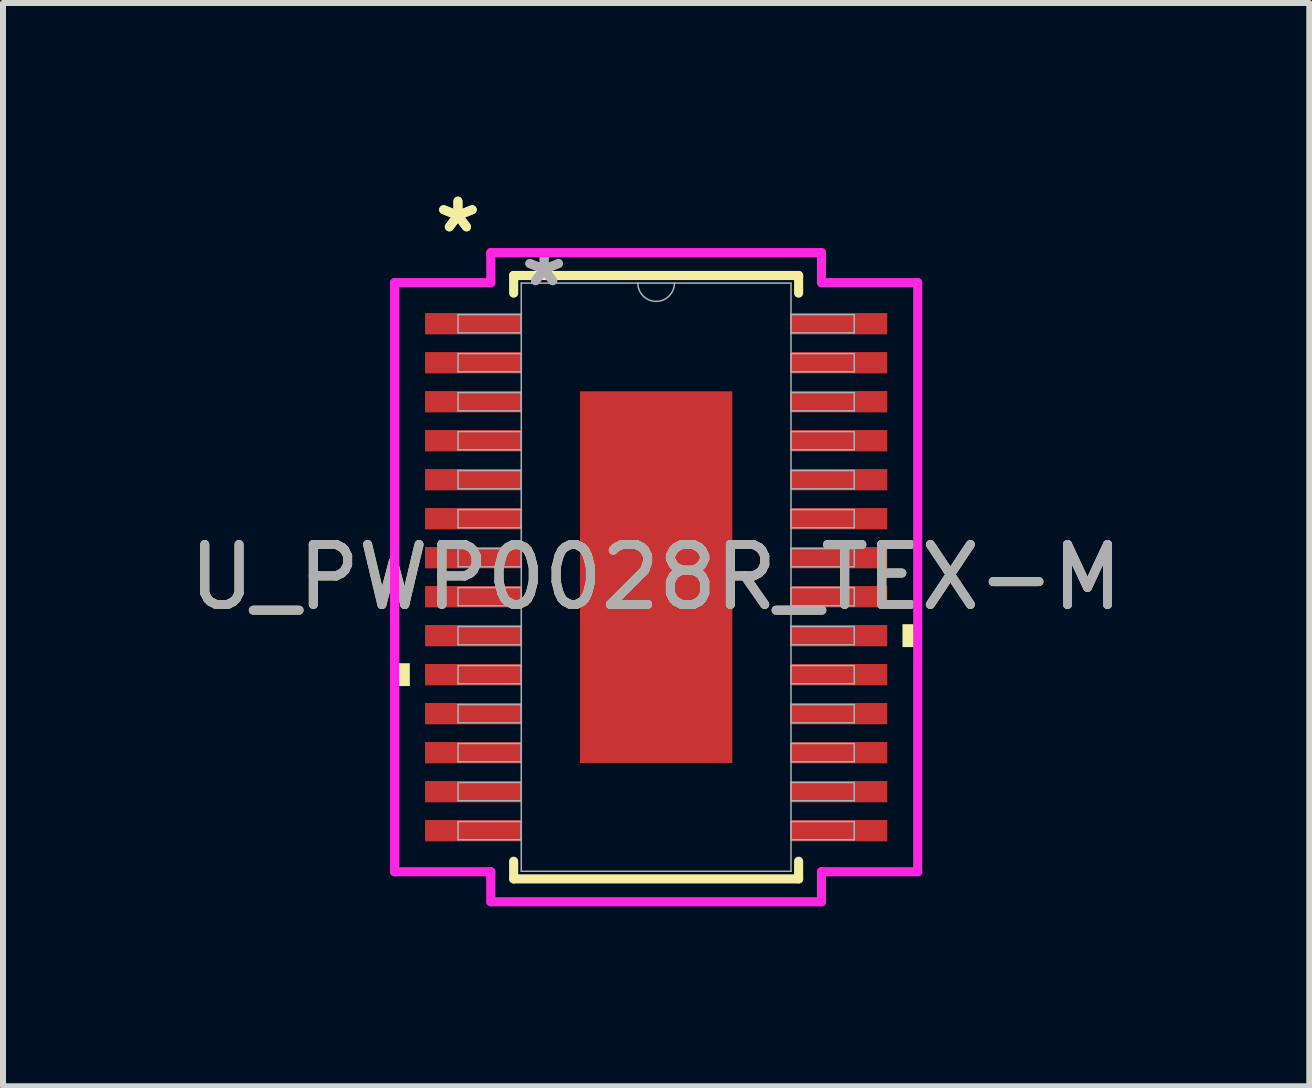
<source format=kicad_pcb>
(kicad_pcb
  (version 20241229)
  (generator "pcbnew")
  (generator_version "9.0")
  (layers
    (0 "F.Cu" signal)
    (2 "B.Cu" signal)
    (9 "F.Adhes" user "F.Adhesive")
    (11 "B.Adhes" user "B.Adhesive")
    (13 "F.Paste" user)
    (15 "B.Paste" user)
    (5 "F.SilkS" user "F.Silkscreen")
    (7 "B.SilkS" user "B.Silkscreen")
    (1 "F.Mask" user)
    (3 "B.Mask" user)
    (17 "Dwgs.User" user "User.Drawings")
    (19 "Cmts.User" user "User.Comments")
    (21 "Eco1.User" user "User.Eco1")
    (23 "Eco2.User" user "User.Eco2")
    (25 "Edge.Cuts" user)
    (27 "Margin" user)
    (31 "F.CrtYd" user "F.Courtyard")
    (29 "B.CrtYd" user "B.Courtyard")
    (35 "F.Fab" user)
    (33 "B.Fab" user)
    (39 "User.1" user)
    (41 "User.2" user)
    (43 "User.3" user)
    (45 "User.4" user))
  (footprint "U_PWP0028R_TEX-M"
    (layer "F.Cu")
    (at 7.887 6.571)
    (property "Reference" "U_PWP0028R_TEX-M" (at 0 0 0) (unlocked yes) (layer "F.SilkS") (effects (font (size 1 1) (thickness 0.15))))
    (attr smd)
    (fp_line (start -2.375 -5.029) (end -2.375 -4.735) (stroke (width 0.152) (type solid)) (layer "F.SilkS"))
    (fp_line (start -2.375 4.735) (end -2.375 5.029) (stroke (width 0.152) (type solid)) (layer "F.SilkS"))
    (fp_line (start -2.375 5.029) (end 2.375 5.029) (stroke (width 0.152) (type solid)) (layer "F.SilkS"))
    (fp_line (start 2.375 -5.029) (end -2.375 -5.029) (stroke (width 0.152) (type solid)) (layer "F.SilkS"))
    (fp_line (start 2.375 -4.735) (end 2.375 -5.029) (stroke (width 0.152) (type solid)) (layer "F.SilkS"))
    (fp_line (start 2.375 5.029) (end 2.375 4.735) (stroke (width 0.152) (type solid)) (layer "F.SilkS"))
    (fp_poly (pts (xy -4.36 1.434) (xy -4.36 1.815) (xy -4.106 1.815) (xy -4.106 1.434)) (stroke (width 0) (type solid)) (fill yes) (layer "F.SilkS"))
    (fp_poly (pts (xy 4.36 0.784) (xy 4.36 1.165) (xy 4.106 1.165) (xy 4.106 0.784)) (stroke (width 0) (type solid)) (fill yes) (layer "F.SilkS"))
    (fp_poly (pts (xy -1.17 -2.999) (xy -1.17 -1.649) (xy -0.1 -1.649) (xy -0.1 -2.999)) (stroke (width 0) (type solid)) (fill yes) (layer "F.Paste"))
    (fp_poly (pts (xy -1.17 -1.449) (xy -1.17 -0.1) (xy -0.1 -0.1) (xy -0.1 -1.449)) (stroke (width 0) (type solid)) (fill yes) (layer "F.Paste"))
    (fp_poly (pts (xy -1.17 0.1) (xy -1.17 1.449) (xy -0.1 1.449) (xy -0.1 0.1)) (stroke (width 0) (type solid)) (fill yes) (layer "F.Paste"))
    (fp_poly (pts (xy -1.17 1.649) (xy -1.17 2.999) (xy -0.1 2.999) (xy -0.1 1.649)) (stroke (width 0) (type solid)) (fill yes) (layer "F.Paste"))
    (fp_poly (pts (xy 0.1 -2.999) (xy 0.1 -1.649) (xy 1.17 -1.649) (xy 1.17 -2.999)) (stroke (width 0) (type solid)) (fill yes) (layer "F.Paste"))
    (fp_poly (pts (xy 0.1 -1.449) (xy 0.1 -0.1) (xy 1.17 -0.1) (xy 1.17 -1.449)) (stroke (width 0) (type solid)) (fill yes) (layer "F.Paste"))
    (fp_poly (pts (xy 0.1 0.1) (xy 0.1 1.449) (xy 1.17 1.449) (xy 1.17 0.1)) (stroke (width 0) (type solid)) (fill yes) (layer "F.Paste"))
    (fp_poly (pts (xy 0.1 1.649) (xy 0.1 2.999) (xy 1.17 2.999) (xy 1.17 1.649)) (stroke (width 0) (type solid)) (fill yes) (layer "F.Paste"))
    (fp_line (start -4.36 -4.91) (end -2.756 -4.91) (stroke (width 0.152) (type solid)) (layer "F.CrtYd"))
    (fp_line (start -4.36 4.91) (end -4.36 -4.91) (stroke (width 0.152) (type solid)) (layer "F.CrtYd"))
    (fp_line (start -4.36 4.91) (end -2.756 4.91) (stroke (width 0.152) (type solid)) (layer "F.CrtYd"))
    (fp_line (start -2.756 -5.41) (end 2.756 -5.41) (stroke (width 0.152) (type solid)) (layer "F.CrtYd"))
    (fp_line (start -2.756 -4.91) (end -2.756 -5.41) (stroke (width 0.152) (type solid)) (layer "F.CrtYd"))
    (fp_line (start -2.756 5.41) (end -2.756 4.91) (stroke (width 0.152) (type solid)) (layer "F.CrtYd"))
    (fp_line (start 2.756 -5.41) (end 2.756 -4.91) (stroke (width 0.152) (type solid)) (layer "F.CrtYd"))
    (fp_line (start 2.756 4.91) (end 2.756 5.41) (stroke (width 0.152) (type solid)) (layer "F.CrtYd"))
    (fp_line (start 2.756 5.41) (end -2.756 5.41) (stroke (width 0.152) (type solid)) (layer "F.CrtYd"))
    (fp_line (start 4.36 -4.91) (end 2.756 -4.91) (stroke (width 0.152) (type solid)) (layer "F.CrtYd"))
    (fp_line (start 4.36 -4.91) (end 4.36 4.91) (stroke (width 0.152) (type solid)) (layer "F.CrtYd"))
    (fp_line (start 4.36 4.91) (end 2.756 4.91) (stroke (width 0.152) (type solid)) (layer "F.CrtYd"))
    (fp_line (start -3.302 -4.377) (end -3.302 -4.073) (stroke (width 0.025) (type solid)) (layer "F.Fab"))
    (fp_line (start -3.302 -4.073) (end -2.248 -4.073) (stroke (width 0.025) (type solid)) (layer "F.Fab"))
    (fp_line (start -3.302 -3.727) (end -3.302 -3.423) (stroke (width 0.025) (type solid)) (layer "F.Fab"))
    (fp_line (start -3.302 -3.423) (end -2.248 -3.423) (stroke (width 0.025) (type solid)) (layer "F.Fab"))
    (fp_line (start -3.302 -3.077) (end -3.302 -2.773) (stroke (width 0.025) (type solid)) (layer "F.Fab"))
    (fp_line (start -3.302 -2.773) (end -2.248 -2.773) (stroke (width 0.025) (type solid)) (layer "F.Fab"))
    (fp_line (start -3.302 -2.427) (end -3.302 -2.123) (stroke (width 0.025) (type solid)) (layer "F.Fab"))
    (fp_line (start -3.302 -2.123) (end -2.248 -2.123) (stroke (width 0.025) (type solid)) (layer "F.Fab"))
    (fp_line (start -3.302 -1.777) (end -3.302 -1.473) (stroke (width 0.025) (type solid)) (layer "F.Fab"))
    (fp_line (start -3.302 -1.473) (end -2.248 -1.473) (stroke (width 0.025) (type solid)) (layer "F.Fab"))
    (fp_line (start -3.302 -1.127) (end -3.302 -0.823) (stroke (width 0.025) (type solid)) (layer "F.Fab"))
    (fp_line (start -3.302 -0.823) (end -2.248 -0.823) (stroke (width 0.025) (type solid)) (layer "F.Fab"))
    (fp_line (start -3.302 -0.477) (end -3.302 -0.173) (stroke (width 0.025) (type solid)) (layer "F.Fab"))
    (fp_line (start -3.302 -0.173) (end -2.248 -0.173) (stroke (width 0.025) (type solid)) (layer "F.Fab"))
    (fp_line (start -3.302 0.173) (end -3.302 0.477) (stroke (width 0.025) (type solid)) (layer "F.Fab"))
    (fp_line (start -3.302 0.477) (end -2.248 0.477) (stroke (width 0.025) (type solid)) (layer "F.Fab"))
    (fp_line (start -3.302 0.823) (end -3.302 1.127) (stroke (width 0.025) (type solid)) (layer "F.Fab"))
    (fp_line (start -3.302 1.127) (end -2.248 1.127) (stroke (width 0.025) (type solid)) (layer "F.Fab"))
    (fp_line (start -3.302 1.473) (end -3.302 1.777) (stroke (width 0.025) (type solid)) (layer "F.Fab"))
    (fp_line (start -3.302 1.777) (end -2.248 1.777) (stroke (width 0.025) (type solid)) (layer "F.Fab"))
    (fp_line (start -3.302 2.123) (end -3.302 2.427) (stroke (width 0.025) (type solid)) (layer "F.Fab"))
    (fp_line (start -3.302 2.427) (end -2.248 2.427) (stroke (width 0.025) (type solid)) (layer "F.Fab"))
    (fp_line (start -3.302 2.773) (end -3.302 3.077) (stroke (width 0.025) (type solid)) (layer "F.Fab"))
    (fp_line (start -3.302 3.077) (end -2.248 3.077) (stroke (width 0.025) (type solid)) (layer "F.Fab"))
    (fp_line (start -3.302 3.423) (end -3.302 3.727) (stroke (width 0.025) (type solid)) (layer "F.Fab"))
    (fp_line (start -3.302 3.727) (end -2.248 3.727) (stroke (width 0.025) (type solid)) (layer "F.Fab"))
    (fp_line (start -3.302 4.073) (end -3.302 4.377) (stroke (width 0.025) (type solid)) (layer "F.Fab"))
    (fp_line (start -3.302 4.377) (end -2.248 4.377) (stroke (width 0.025) (type solid)) (layer "F.Fab"))
    (fp_line (start -2.248 -4.902) (end -2.248 4.902) (stroke (width 0.025) (type solid)) (layer "F.Fab"))
    (fp_line (start -2.248 -4.377) (end -3.302 -4.377) (stroke (width 0.025) (type solid)) (layer "F.Fab"))
    (fp_line (start -2.248 -4.073) (end -2.248 -4.377) (stroke (width 0.025) (type solid)) (layer "F.Fab"))
    (fp_line (start -2.248 -3.727) (end -3.302 -3.727) (stroke (width 0.025) (type solid)) (layer "F.Fab"))
    (fp_line (start -2.248 -3.423) (end -2.248 -3.727) (stroke (width 0.025) (type solid)) (layer "F.Fab"))
    (fp_line (start -2.248 -3.077) (end -3.302 -3.077) (stroke (width 0.025) (type solid)) (layer "F.Fab"))
    (fp_line (start -2.248 -2.773) (end -2.248 -3.077) (stroke (width 0.025) (type solid)) (layer "F.Fab"))
    (fp_line (start -2.248 -2.427) (end -3.302 -2.427) (stroke (width 0.025) (type solid)) (layer "F.Fab"))
    (fp_line (start -2.248 -2.123) (end -2.248 -2.427) (stroke (width 0.025) (type solid)) (layer "F.Fab"))
    (fp_line (start -2.248 -1.777) (end -3.302 -1.777) (stroke (width 0.025) (type solid)) (layer "F.Fab"))
    (fp_line (start -2.248 -1.473) (end -2.248 -1.777) (stroke (width 0.025) (type solid)) (layer "F.Fab"))
    (fp_line (start -2.248 -1.127) (end -3.302 -1.127) (stroke (width 0.025) (type solid)) (layer "F.Fab"))
    (fp_line (start -2.248 -0.823) (end -2.248 -1.127) (stroke (width 0.025) (type solid)) (layer "F.Fab"))
    (fp_line (start -2.248 -0.477) (end -3.302 -0.477) (stroke (width 0.025) (type solid)) (layer "F.Fab"))
    (fp_line (start -2.248 -0.173) (end -2.248 -0.477) (stroke (width 0.025) (type solid)) (layer "F.Fab"))
    (fp_line (start -2.248 0.173) (end -3.302 0.173) (stroke (width 0.025) (type solid)) (layer "F.Fab"))
    (fp_line (start -2.248 0.477) (end -2.248 0.173) (stroke (width 0.025) (type solid)) (layer "F.Fab"))
    (fp_line (start -2.248 0.823) (end -3.302 0.823) (stroke (width 0.025) (type solid)) (layer "F.Fab"))
    (fp_line (start -2.248 1.127) (end -2.248 0.823) (stroke (width 0.025) (type solid)) (layer "F.Fab"))
    (fp_line (start -2.248 1.473) (end -3.302 1.473) (stroke (width 0.025) (type solid)) (layer "F.Fab"))
    (fp_line (start -2.248 1.777) (end -2.248 1.473) (stroke (width 0.025) (type solid)) (layer "F.Fab"))
    (fp_line (start -2.248 2.123) (end -3.302 2.123) (stroke (width 0.025) (type solid)) (layer "F.Fab"))
    (fp_line (start -2.248 2.427) (end -2.248 2.123) (stroke (width 0.025) (type solid)) (layer "F.Fab"))
    (fp_line (start -2.248 2.773) (end -3.302 2.773) (stroke (width 0.025) (type solid)) (layer "F.Fab"))
    (fp_line (start -2.248 3.077) (end -2.248 2.773) (stroke (width 0.025) (type solid)) (layer "F.Fab"))
    (fp_line (start -2.248 3.423) (end -3.302 3.423) (stroke (width 0.025) (type solid)) (layer "F.Fab"))
    (fp_line (start -2.248 3.727) (end -2.248 3.423) (stroke (width 0.025) (type solid)) (layer "F.Fab"))
    (fp_line (start -2.248 4.073) (end -3.302 4.073) (stroke (width 0.025) (type solid)) (layer "F.Fab"))
    (fp_line (start -2.248 4.377) (end -2.248 4.073) (stroke (width 0.025) (type solid)) (layer "F.Fab"))
    (fp_line (start -2.248 4.902) (end 2.248 4.902) (stroke (width 0.025) (type solid)) (layer "F.Fab"))
    (fp_line (start 2.248 -4.902) (end -2.248 -4.902) (stroke (width 0.025) (type solid)) (layer "F.Fab"))
    (fp_line (start 2.248 -4.377) (end 2.248 -4.073) (stroke (width 0.025) (type solid)) (layer "F.Fab"))
    (fp_line (start 2.248 -4.073) (end 3.302 -4.073) (stroke (width 0.025) (type solid)) (layer "F.Fab"))
    (fp_line (start 2.248 -3.727) (end 2.248 -3.423) (stroke (width 0.025) (type solid)) (layer "F.Fab"))
    (fp_line (start 2.248 -3.423) (end 3.302 -3.423) (stroke (width 0.025) (type solid)) (layer "F.Fab"))
    (fp_line (start 2.248 -3.077) (end 2.248 -2.773) (stroke (width 0.025) (type solid)) (layer "F.Fab"))
    (fp_line (start 2.248 -2.773) (end 3.302 -2.773) (stroke (width 0.025) (type solid)) (layer "F.Fab"))
    (fp_line (start 2.248 -2.427) (end 2.248 -2.123) (stroke (width 0.025) (type solid)) (layer "F.Fab"))
    (fp_line (start 2.248 -2.123) (end 3.302 -2.123) (stroke (width 0.025) (type solid)) (layer "F.Fab"))
    (fp_line (start 2.248 -1.777) (end 2.248 -1.473) (stroke (width 0.025) (type solid)) (layer "F.Fab"))
    (fp_line (start 2.248 -1.473) (end 3.302 -1.473) (stroke (width 0.025) (type solid)) (layer "F.Fab"))
    (fp_line (start 2.248 -1.127) (end 2.248 -0.823) (stroke (width 0.025) (type solid)) (layer "F.Fab"))
    (fp_line (start 2.248 -0.823) (end 3.302 -0.823) (stroke (width 0.025) (type solid)) (layer "F.Fab"))
    (fp_line (start 2.248 -0.477) (end 2.248 -0.173) (stroke (width 0.025) (type solid)) (layer "F.Fab"))
    (fp_line (start 2.248 -0.173) (end 3.302 -0.173) (stroke (width 0.025) (type solid)) (layer "F.Fab"))
    (fp_line (start 2.248 0.173) (end 2.248 0.477) (stroke (width 0.025) (type solid)) (layer "F.Fab"))
    (fp_line (start 2.248 0.477) (end 3.302 0.477) (stroke (width 0.025) (type solid)) (layer "F.Fab"))
    (fp_line (start 2.248 0.823) (end 2.248 1.127) (stroke (width 0.025) (type solid)) (layer "F.Fab"))
    (fp_line (start 2.248 1.127) (end 3.302 1.127) (stroke (width 0.025) (type solid)) (layer "F.Fab"))
    (fp_line (start 2.248 1.473) (end 2.248 1.777) (stroke (width 0.025) (type solid)) (layer "F.Fab"))
    (fp_line (start 2.248 1.777) (end 3.302 1.777) (stroke (width 0.025) (type solid)) (layer "F.Fab"))
    (fp_line (start 2.248 2.123) (end 2.248 2.427) (stroke (width 0.025) (type solid)) (layer "F.Fab"))
    (fp_line (start 2.248 2.427) (end 3.302 2.427) (stroke (width 0.025) (type solid)) (layer "F.Fab"))
    (fp_line (start 2.248 2.773) (end 2.248 3.077) (stroke (width 0.025) (type solid)) (layer "F.Fab"))
    (fp_line (start 2.248 3.077) (end 3.302 3.077) (stroke (width 0.025) (type solid)) (layer "F.Fab"))
    (fp_line (start 2.248 3.423) (end 2.248 3.727) (stroke (width 0.025) (type solid)) (layer "F.Fab"))
    (fp_line (start 2.248 3.727) (end 3.302 3.727) (stroke (width 0.025) (type solid)) (layer "F.Fab"))
    (fp_line (start 2.248 4.073) (end 2.248 4.377) (stroke (width 0.025) (type solid)) (layer "F.Fab"))
    (fp_line (start 2.248 4.377) (end 3.302 4.377) (stroke (width 0.025) (type solid)) (layer "F.Fab"))
    (fp_line (start 2.248 4.902) (end 2.248 -4.902) (stroke (width 0.025) (type solid)) (layer "F.Fab"))
    (fp_line (start 3.302 -4.377) (end 2.248 -4.377) (stroke (width 0.025) (type solid)) (layer "F.Fab"))
    (fp_line (start 3.302 -4.073) (end 3.302 -4.377) (stroke (width 0.025) (type solid)) (layer "F.Fab"))
    (fp_line (start 3.302 -3.727) (end 2.248 -3.727) (stroke (width 0.025) (type solid)) (layer "F.Fab"))
    (fp_line (start 3.302 -3.423) (end 3.302 -3.727) (stroke (width 0.025) (type solid)) (layer "F.Fab"))
    (fp_line (start 3.302 -3.077) (end 2.248 -3.077) (stroke (width 0.025) (type solid)) (layer "F.Fab"))
    (fp_line (start 3.302 -2.773) (end 3.302 -3.077) (stroke (width 0.025) (type solid)) (layer "F.Fab"))
    (fp_line (start 3.302 -2.427) (end 2.248 -2.427) (stroke (width 0.025) (type solid)) (layer "F.Fab"))
    (fp_line (start 3.302 -2.123) (end 3.302 -2.427) (stroke (width 0.025) (type solid)) (layer "F.Fab"))
    (fp_line (start 3.302 -1.777) (end 2.248 -1.777) (stroke (width 0.025) (type solid)) (layer "F.Fab"))
    (fp_line (start 3.302 -1.473) (end 3.302 -1.777) (stroke (width 0.025) (type solid)) (layer "F.Fab"))
    (fp_line (start 3.302 -1.127) (end 2.248 -1.127) (stroke (width 0.025) (type solid)) (layer "F.Fab"))
    (fp_line (start 3.302 -0.823) (end 3.302 -1.127) (stroke (width 0.025) (type solid)) (layer "F.Fab"))
    (fp_line (start 3.302 -0.477) (end 2.248 -0.477) (stroke (width 0.025) (type solid)) (layer "F.Fab"))
    (fp_line (start 3.302 -0.173) (end 3.302 -0.477) (stroke (width 0.025) (type solid)) (layer "F.Fab"))
    (fp_line (start 3.302 0.173) (end 2.248 0.173) (stroke (width 0.025) (type solid)) (layer "F.Fab"))
    (fp_line (start 3.302 0.477) (end 3.302 0.173) (stroke (width 0.025) (type solid)) (layer "F.Fab"))
    (fp_line (start 3.302 0.823) (end 2.248 0.823) (stroke (width 0.025) (type solid)) (layer "F.Fab"))
    (fp_line (start 3.302 1.127) (end 3.302 0.823) (stroke (width 0.025) (type solid)) (layer "F.Fab"))
    (fp_line (start 3.302 1.473) (end 2.248 1.473) (stroke (width 0.025) (type solid)) (layer "F.Fab"))
    (fp_line (start 3.302 1.777) (end 3.302 1.473) (stroke (width 0.025) (type solid)) (layer "F.Fab"))
    (fp_line (start 3.302 2.123) (end 2.248 2.123) (stroke (width 0.025) (type solid)) (layer "F.Fab"))
    (fp_line (start 3.302 2.427) (end 3.302 2.123) (stroke (width 0.025) (type solid)) (layer "F.Fab"))
    (fp_line (start 3.302 2.773) (end 2.248 2.773) (stroke (width 0.025) (type solid)) (layer "F.Fab"))
    (fp_line (start 3.302 3.077) (end 3.302 2.773) (stroke (width 0.025) (type solid)) (layer "F.Fab"))
    (fp_line (start 3.302 3.423) (end 2.248 3.423) (stroke (width 0.025) (type solid)) (layer "F.Fab"))
    (fp_line (start 3.302 3.727) (end 3.302 3.423) (stroke (width 0.025) (type solid)) (layer "F.Fab"))
    (fp_line (start 3.302 4.073) (end 2.248 4.073) (stroke (width 0.025) (type solid)) (layer "F.Fab"))
    (fp_line (start 3.302 4.377) (end 3.302 4.073) (stroke (width 0.025) (type solid)) (layer "F.Fab"))
    (fp_arc (start 0.3048 -4.9022) (mid 0 -4.5974) (end -0.3048 -4.9022) (stroke (width 0.0254) (type solid)) (layer "F.Fab"))
    (fp_text user "*" (at -3.304 -5.723 0) (unlocked yes) (layer "F.SilkS") (effects (font (size 1 1) (thickness 0.15))))
    (fp_text user "*" (at -3.304 -5.723 0) (layer "F.SilkS") (effects (font (size 1 1) (thickness 0.15))))
    (fp_text user "*" (at -1.867 -4.826 0) (unlocked yes) (layer "F.Fab") (effects (font (size 1 1) (thickness 0.15))))
    (fp_text user "*" (at -1.867 -4.826 0) (layer "F.Fab") (effects (font (size 1 1) (thickness 0.15))))
    (fp_text user "${REFERENCE}" (at 0 0 0) (unlocked yes) (layer "F.Fab") (effects (font (size 1 1) (thickness 0.15))))
    (pad "1" smd rect (at -3.05 -4.225) (size 1.604 0.355) (layers "F.Cu" "F.Mask" "F.Paste"))
    (pad "2" smd rect (at -3.05 -3.575) (size 1.604 0.355) (layers "F.Cu" "F.Mask" "F.Paste"))
    (pad "3" smd rect (at -3.05 -2.925) (size 1.604 0.355) (layers "F.Cu" "F.Mask" "F.Paste"))
    (pad "4" smd rect (at -3.05 -2.275) (size 1.604 0.355) (layers "F.Cu" "F.Mask" "F.Paste"))
    (pad "5" smd rect (at -3.05 -1.625) (size 1.604 0.355) (layers "F.Cu" "F.Mask" "F.Paste"))
    (pad "6" smd rect (at -3.05 -0.975) (size 1.604 0.355) (layers "F.Cu" "F.Mask" "F.Paste"))
    (pad "7" smd rect (at -3.05 -0.325) (size 1.604 0.355) (layers "F.Cu" "F.Mask" "F.Paste"))
    (pad "8" smd rect (at -3.05 0.325) (size 1.604 0.355) (layers "F.Cu" "F.Mask" "F.Paste"))
    (pad "9" smd rect (at -3.05 0.975) (size 1.604 0.355) (layers "F.Cu" "F.Mask" "F.Paste"))
    (pad "10" smd rect (at -3.05 1.625) (size 1.604 0.355) (layers "F.Cu" "F.Mask" "F.Paste"))
    (pad "11" smd rect (at -3.05 2.275) (size 1.604 0.355) (layers "F.Cu" "F.Mask" "F.Paste"))
    (pad "12" smd rect (at -3.05 2.925) (size 1.604 0.355) (layers "F.Cu" "F.Mask" "F.Paste"))
    (pad "13" smd rect (at -3.05 3.575) (size 1.604 0.355) (layers "F.Cu" "F.Mask" "F.Paste"))
    (pad "14" smd rect (at -3.05 4.225) (size 1.604 0.355) (layers "F.Cu" "F.Mask" "F.Paste"))
    (pad "15" smd rect (at 3.05 4.225) (size 1.604 0.355) (layers "F.Cu" "F.Mask" "F.Paste"))
    (pad "16" smd rect (at 3.05 3.575) (size 1.604 0.355) (layers "F.Cu" "F.Mask" "F.Paste"))
    (pad "17" smd rect (at 3.05 2.925) (size 1.604 0.355) (layers "F.Cu" "F.Mask" "F.Paste"))
    (pad "18" smd rect (at 3.05 2.275) (size 1.604 0.355) (layers "F.Cu" "F.Mask" "F.Paste"))
    (pad "19" smd rect (at 3.05 1.625) (size 1.604 0.355) (layers "F.Cu" "F.Mask" "F.Paste"))
    (pad "20" smd rect (at 3.05 0.975) (size 1.604 0.355) (layers "F.Cu" "F.Mask" "F.Paste"))
    (pad "21" smd rect (at 3.05 0.325) (size 1.604 0.355) (layers "F.Cu" "F.Mask" "F.Paste"))
    (pad "22" smd rect (at 3.05 -0.325) (size 1.604 0.355) (layers "F.Cu" "F.Mask" "F.Paste"))
    (pad "23" smd rect (at 3.05 -0.975) (size 1.604 0.355) (layers "F.Cu" "F.Mask" "F.Paste"))
    (pad "24" smd rect (at 3.05 -1.625) (size 1.604 0.355) (layers "F.Cu" "F.Mask" "F.Paste"))
    (pad "25" smd rect (at 3.05 -2.275) (size 1.604 0.355) (layers "F.Cu" "F.Mask" "F.Paste"))
    (pad "26" smd rect (at 3.05 -2.925) (size 1.604 0.355) (layers "F.Cu" "F.Mask" "F.Paste"))
    (pad "27" smd rect (at 3.05 -3.575) (size 1.604 0.355) (layers "F.Cu" "F.Mask" "F.Paste"))
    (pad "28" smd rect (at 3.05 -4.225) (size 1.604 0.355) (layers "F.Cu" "F.Mask" "F.Paste"))
    (pad "EPAD" smd rect (at 0 0) (size 2.54 6.198) (layers "F.Cu" "F.Mask")))
  (gr_rect
    (start -3 -3)
    (end 18.774 15.057)
    (stroke (width 0.1) (type default))
    (fill no)
    (layer "Edge.Cuts")))
</source>
